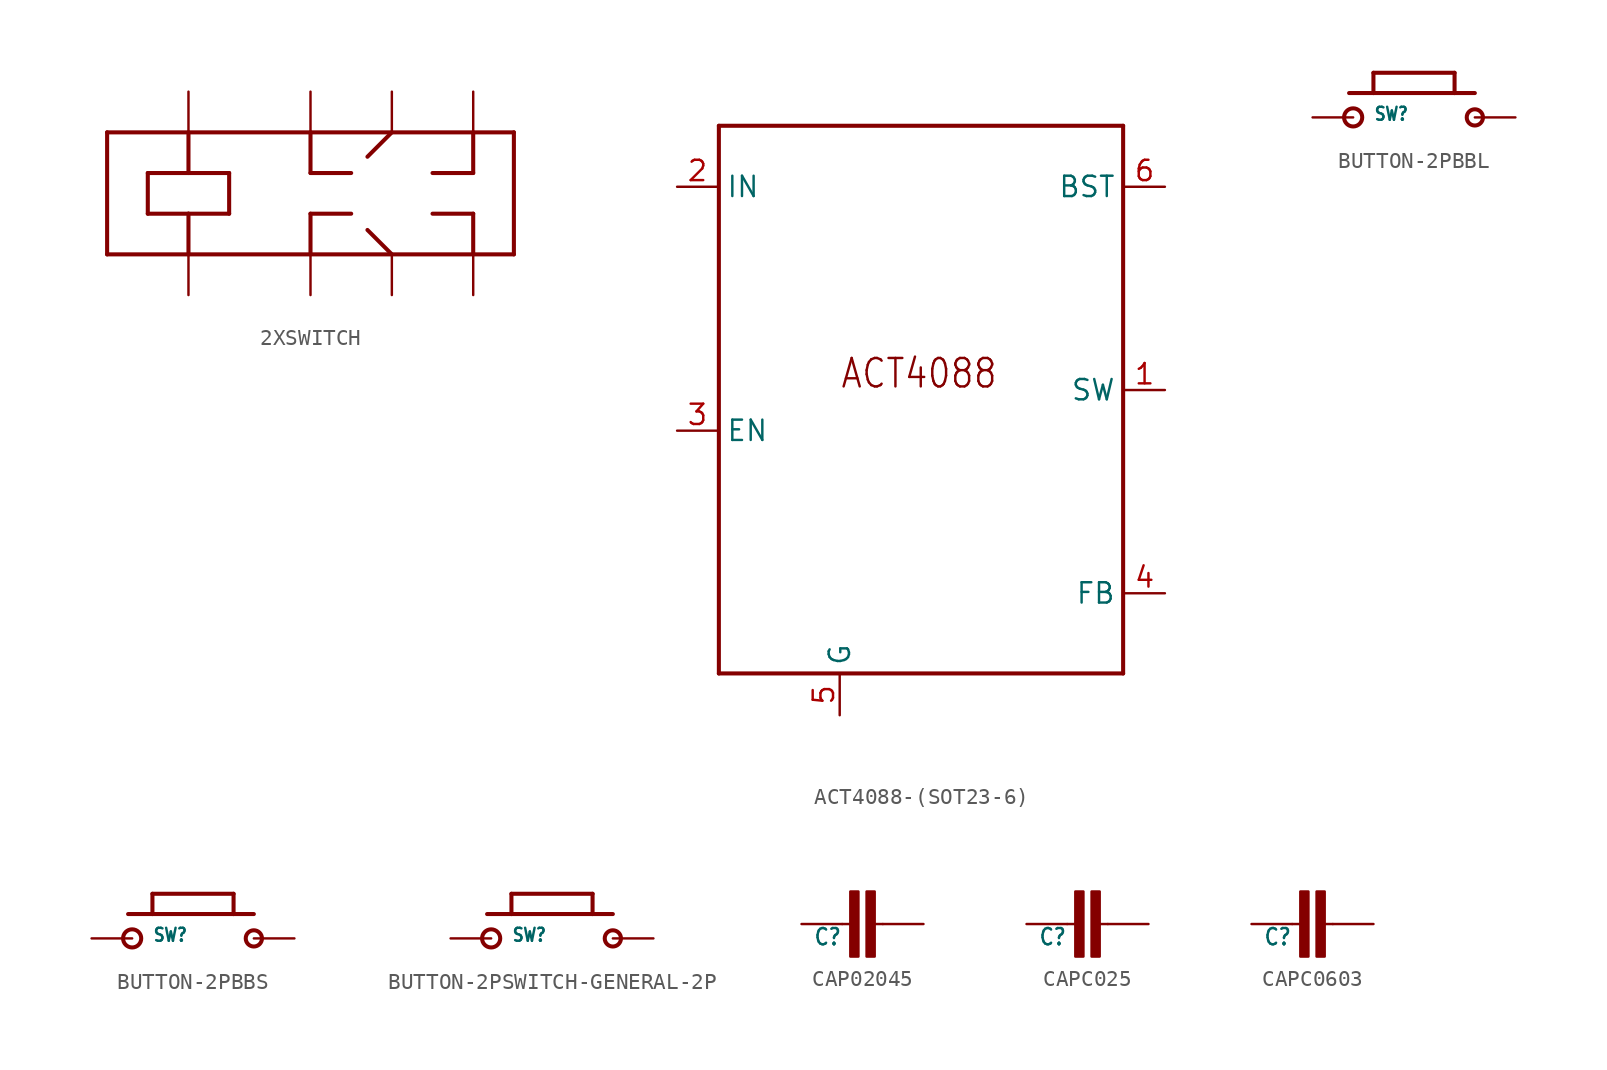
<source format=kicad_sym>
(kicad_symbol_lib
  (version 20231120)
  (generator "kicad_symbol_editor")
  (generator_version "8.0")
  (symbol "2XSWITCH"
    (property "Reference" ""
      (at 0 0 0)
      (effects (font (size 1.27 1.27)) (hide yes)))
    (property "ki_locked" ""
      (at 0 0 0)
      (effects (font (size 1.27 1.27))))
    (symbol "2XSWITCH_1_0"
      (polyline (pts (xy -5.08 2.54) (xy -5.08 10.16)) (stroke (width 0.254) (type solid)) (fill (type none)))
      (polyline (pts (xy -5.08 10.16) (xy 20.32 10.16)) (stroke (width 0.254) (type solid)) (fill (type none)))
      (polyline (pts (xy -2.54 5.08) (xy -2.54 7.62)) (stroke (width 0.254) (type solid)) (fill (type none)))
      (polyline (pts (xy -2.54 7.62) (xy 0 7.62)) (stroke (width 0.254) (type solid)) (fill (type none)))
      (polyline (pts (xy 0 2.54) (xy 0 5.08)) (stroke (width 0.254) (type solid)) (fill (type none)))
      (polyline (pts (xy 0 5.08) (xy -2.54 5.08)) (stroke (width 0.254) (type solid)) (fill (type none)))
      (polyline (pts (xy 0 7.62) (xy 0 10.16)) (stroke (width 0.254) (type solid)) (fill (type none)))
      (polyline (pts (xy 0 7.62) (xy 2.54 7.62)) (stroke (width 0.254) (type solid)) (fill (type none)))
      (polyline (pts (xy 2.54 5.08) (xy 0 5.08)) (stroke (width 0.254) (type solid)) (fill (type none)))
      (polyline (pts (xy 2.54 7.62) (xy 2.54 5.08)) (stroke (width 0.254) (type solid)) (fill (type none)))
      (polyline (pts (xy 7.62 2.54) (xy 7.62 5.08)) (stroke (width 0.254) (type solid)) (fill (type none)))
      (polyline (pts (xy 7.62 5.08) (xy 10.16 5.08)) (stroke (width 0.254) (type solid)) (fill (type none)))
      (polyline (pts (xy 7.62 7.62) (xy 10.16 7.62)) (stroke (width 0.254) (type solid)) (fill (type none)))
      (polyline (pts (xy 7.62 10.16) (xy 7.62 7.62)) (stroke (width 0.254) (type solid)) (fill (type none)))
      (polyline (pts (xy 12.7 2.54) (xy 11.176 4.064)) (stroke (width 0.254) (type solid)) (fill (type none)))
      (polyline (pts (xy 12.7 10.16) (xy 11.176 8.636)) (stroke (width 0.254) (type solid)) (fill (type none)))
      (polyline (pts (xy 17.78 2.54) (xy 17.78 5.08)) (stroke (width 0.254) (type solid)) (fill (type none)))
      (polyline (pts (xy 17.78 5.08) (xy 15.24 5.08)) (stroke (width 0.254) (type solid)) (fill (type none)))
      (polyline (pts (xy 17.78 7.62) (xy 15.24 7.62)) (stroke (width 0.254) (type solid)) (fill (type none)))
      (polyline (pts (xy 17.78 10.16) (xy 17.78 7.62)) (stroke (width 0.254) (type solid)) (fill (type none)))
      (polyline (pts (xy 20.32 2.54) (xy -5.08 2.54)) (stroke (width 0.254) (type solid)) (fill (type none)))
      (polyline (pts (xy 20.32 10.16) (xy 20.32 2.54)) (stroke (width 0.254) (type solid)) (fill (type none)))
      (pin bidirectional line (at 0 12.7 270) (length 5.08) (name "1" (effects (font (size 0 0)))) (number "1" (effects (font (size 0 0)))))
      (pin bidirectional line (at 7.62 12.7 270) (length 5.08) (name "2" (effects (font (size 0 0)))) (number "2" (effects (font (size 0 0)))))
      (pin bidirectional line (at 12.7 12.7 270) (length 2.54) (name "3" (effects (font (size 0 0)))) (number "3" (effects (font (size 0 0)))))
      (pin bidirectional line (at 17.78 12.7 270) (length 5.08) (name "4" (effects (font (size 0 0)))) (number "4" (effects (font (size 0 0)))))
      (pin bidirectional line (at 17.78 0 90) (length 5.08) (name "5" (effects (font (size 0 0)))) (number "5" (effects (font (size 0 0)))))
      (pin bidirectional line (at 12.7 0 90) (length 2.54) (name "6" (effects (font (size 0 0)))) (number "6" (effects (font (size 0 0)))))
      (pin bidirectional line (at 7.62 0 90) (length 5.08) (name "7" (effects (font (size 0 0)))) (number "7" (effects (font (size 0 0)))))
      (pin bidirectional line (at 0 0 90) (length 5.08) (name "8" (effects (font (size 0 0)))) (number "8" (effects (font (size 0 0)))))))
  (symbol "ACT4088-(SOT23-6)"
    (property "Reference" "U"
      (at -6.35 20.32 0)
      (effects (font (size 1.27 1.079)) (justify left bottom) (hide yes)))
    (property "ki_locked" ""
      (at 0 0 0)
      (effects (font (size 1.27 1.27))))
    (symbol "ACT4088-(SOT23-6)_1_0"
      (polyline (pts (xy -7.55 -15.17) (xy -7.55 19.05)) (stroke (width 0.254) (type solid)) (fill (type none)))
      (polyline (pts (xy -7.55 19.05) (xy 17.71 19.05)) (stroke (width 0.254) (type solid)) (fill (type none)))
      (polyline (pts (xy 17.71 -15.17) (xy -7.55 -15.17)) (stroke (width 0.254) (type solid)) (fill (type none)))
      (polyline (pts (xy 17.71 19.05) (xy 17.71 -15.17)) (stroke (width 0.254) (type solid)) (fill (type none)))
      (text "ACT4088" (at 0 2.54 0) (effects (font (size 1.778 1.511)) (justify left bottom)))
      (pin input line (at 20.32 2.54 180) (length 2.54) (name "SW" (effects (font (size 1.27 1.27)))) (number "1" (effects (font (size 1.27 1.27)))))
      (pin input line (at -10.16 15.24 0) (length 2.54) (name "IN" (effects (font (size 1.27 1.27)))) (number "2" (effects (font (size 1.27 1.27)))))
      (pin input line (at -10.16 0 0) (length 2.54) (name "EN" (effects (font (size 1.27 1.27)))) (number "3" (effects (font (size 1.27 1.27)))))
      (pin power_in line (at 20.32 -10.16 180) (length 2.54) (name "FB" (effects (font (size 1.27 1.27)))) (number "4" (effects (font (size 1.27 1.27)))))
      (pin input line (at 0 -17.78 90) (length 2.54) (name "G" (effects (font (size 1.27 1.27)))) (number "5" (effects (font (size 1.27 1.27)))))
      (pin output line (at 20.32 15.24 180) (length 2.54) (name "BST" (effects (font (size 1.27 1.27)))) (number "6" (effects (font (size 1.27 1.27)))))))
  (symbol "BUTTON-2PBBL"
    (property "Reference" "SW"
      (at -1.27 -0.254 0)
      (effects (font (size 0.813 0.691)) (justify left bottom)))
    (property "Value" ""
      (at -1.27 -1.27 0)
      (effects (font (size 0.813 0.691)) (justify left bottom)))
    (property "ki_locked" ""
      (at 0 0 0)
      (effects (font (size 1.27 1.27))))
    (symbol "BUTTON-2PBBL_1_0"
      (circle (center -2.54 0) (radius 0.568) (stroke (width 0.254) (type solid)) (fill (type none)))
      (polyline (pts (xy -2.794 1.524) (xy -1.27 1.524)) (stroke (width 0.254) (type solid)) (fill (type none)))
      (polyline (pts (xy -1.27 1.524) (xy -1.27 2.794)) (stroke (width 0.254) (type solid)) (fill (type none)))
      (polyline (pts (xy -1.27 1.524) (xy 3.81 1.524)) (stroke (width 0.254) (type solid)) (fill (type none)))
      (polyline (pts (xy -1.27 2.794) (xy 3.81 2.794)) (stroke (width 0.254) (type solid)) (fill (type none)))
      (polyline (pts (xy 3.81 1.524) (xy 5.08 1.524)) (stroke (width 0.254) (type solid)) (fill (type none)))
      (polyline (pts (xy 3.81 2.794) (xy 3.81 1.524)) (stroke (width 0.254) (type solid)) (fill (type none)))
      (circle (center 5.08 0) (radius 0.508) (stroke (width 0.254) (type solid)) (fill (type none)))
      (pin bidirectional line (at -5.08 0 0) (length 2.54) (name "P$1" (effects (font (size 0 0)))) (number "1" (effects (font (size 0 0)))))
      (pin bidirectional line (at 7.62 0 180) (length 2.54) (name "P$2" (effects (font (size 0 0)))) (number "2" (effects (font (size 0 0)))))))
  (symbol "BUTTON-2PBBS"
    (property "Reference" "SW"
      (at -1.27 -0.254 0)
      (effects (font (size 0.813 0.691)) (justify left bottom)))
    (property "Value" ""
      (at -1.27 -1.27 0)
      (effects (font (size 0.813 0.691)) (justify left bottom)))
    (property "ki_locked" ""
      (at 0 0 0)
      (effects (font (size 1.27 1.27))))
    (symbol "BUTTON-2PBBS_1_0"
      (circle (center -2.54 0) (radius 0.568) (stroke (width 0.254) (type solid)) (fill (type none)))
      (polyline (pts (xy -2.794 1.524) (xy -1.27 1.524)) (stroke (width 0.254) (type solid)) (fill (type none)))
      (polyline (pts (xy -1.27 1.524) (xy -1.27 2.794)) (stroke (width 0.254) (type solid)) (fill (type none)))
      (polyline (pts (xy -1.27 1.524) (xy 3.81 1.524)) (stroke (width 0.254) (type solid)) (fill (type none)))
      (polyline (pts (xy -1.27 2.794) (xy 3.81 2.794)) (stroke (width 0.254) (type solid)) (fill (type none)))
      (polyline (pts (xy 3.81 1.524) (xy 5.08 1.524)) (stroke (width 0.254) (type solid)) (fill (type none)))
      (polyline (pts (xy 3.81 2.794) (xy 3.81 1.524)) (stroke (width 0.254) (type solid)) (fill (type none)))
      (circle (center 5.08 0) (radius 0.508) (stroke (width 0.254) (type solid)) (fill (type none)))
      (pin bidirectional line (at -5.08 0 0) (length 2.54) (name "P$1" (effects (font (size 0 0)))) (number "C1" (effects (font (size 0 0)))))
      (pin bidirectional line (at 7.62 0 180) (length 2.54) (name "P$2" (effects (font (size 0 0)))) (number "C2" (effects (font (size 0 0)))))))
  (symbol "BUTTON-2PSWITCH-GENERAL-2P"
    (property "Reference" "SW"
      (at -1.27 -0.254 0)
      (effects (font (size 0.813 0.691)) (justify left bottom)))
    (property "Value" ""
      (at -1.27 -1.27 0)
      (effects (font (size 0.813 0.691)) (justify left bottom)))
    (property "ki_locked" ""
      (at 0 0 0)
      (effects (font (size 1.27 1.27))))
    (symbol "BUTTON-2PSWITCH-GENERAL-2P_1_0"
      (circle (center -2.54 0) (radius 0.568) (stroke (width 0.254) (type solid)) (fill (type none)))
      (polyline (pts (xy -2.794 1.524) (xy -1.27 1.524)) (stroke (width 0.254) (type solid)) (fill (type none)))
      (polyline (pts (xy -1.27 1.524) (xy -1.27 2.794)) (stroke (width 0.254) (type solid)) (fill (type none)))
      (polyline (pts (xy -1.27 1.524) (xy 3.81 1.524)) (stroke (width 0.254) (type solid)) (fill (type none)))
      (polyline (pts (xy -1.27 2.794) (xy 3.81 2.794)) (stroke (width 0.254) (type solid)) (fill (type none)))
      (polyline (pts (xy 3.81 1.524) (xy 5.08 1.524)) (stroke (width 0.254) (type solid)) (fill (type none)))
      (polyline (pts (xy 3.81 2.794) (xy 3.81 1.524)) (stroke (width 0.254) (type solid)) (fill (type none)))
      (circle (center 5.08 0) (radius 0.508) (stroke (width 0.254) (type solid)) (fill (type none)))
      (pin bidirectional line (at -5.08 0 0) (length 2.54) (name "P$1" (effects (font (size 0 0)))) (number "P$1" (effects (font (size 0 0)))))
      (pin bidirectional line (at 7.62 0 180) (length 2.54) (name "P$2" (effects (font (size 0 0)))) (number "P$2" (effects (font (size 0 0)))))))
  (symbol "CAP02045"
    (property "Reference" "C"
      (at -2.54 -1.397 0)
      (effects (font (size 1.016 0.864)) (justify right bottom)))
    (property "Value" ""
      (at 0 -1.397 0)
      (effects (font (size 1.016 0.864)) (justify left bottom)))
    (property "ki_locked" ""
      (at 0 0 0)
      (effects (font (size 1.27 1.27))))
    (symbol "CAP02045_1_0"
      (rectangle (start -2.032 2.032) (end -1.524 -2.032) (stroke (width 0) (type default)) (fill (type outline)))
      (rectangle (start -1.016 2.032) (end -0.508 -2.032) (stroke (width 0) (type default)) (fill (type outline)))
      (polyline (pts (xy -2.54 0) (xy -2.032 0)) (stroke (width 0.152) (type solid)) (fill (type none)))
      (polyline (pts (xy 0 0) (xy -0.508 0)) (stroke (width 0.152) (type solid)) (fill (type none)))
      (pin passive line (at -5.08 0 0) (length 2.54) (name "1" (effects (font (size 0 0)))) (number "1" (effects (font (size 0 0)))))
      (pin passive line (at 2.54 0 180) (length 2.54) (name "2" (effects (font (size 0 0)))) (number "2" (effects (font (size 0 0)))))))
  (symbol "CAPC025"
    (property "Reference" "C"
      (at -2.54 -1.397 0)
      (effects (font (size 1.016 0.864)) (justify right bottom)))
    (property "Value" ""
      (at 0 -1.397 0)
      (effects (font (size 1.016 0.864)) (justify left bottom)))
    (property "ki_locked" ""
      (at 0 0 0)
      (effects (font (size 1.27 1.27))))
    (symbol "CAPC025_1_0"
      (rectangle (start -2.032 2.032) (end -1.524 -2.032) (stroke (width 0) (type default)) (fill (type outline)))
      (rectangle (start -1.016 2.032) (end -0.508 -2.032) (stroke (width 0) (type default)) (fill (type outline)))
      (polyline (pts (xy -2.54 0) (xy -2.032 0)) (stroke (width 0.152) (type solid)) (fill (type none)))
      (polyline (pts (xy 0 0) (xy -0.508 0)) (stroke (width 0.152) (type solid)) (fill (type none)))
      (pin passive line (at -5.08 0 0) (length 2.54) (name "1" (effects (font (size 0 0)))) (number "1" (effects (font (size 0 0)))))
      (pin passive line (at 2.54 0 180) (length 2.54) (name "2" (effects (font (size 0 0)))) (number "2" (effects (font (size 0 0)))))))
  (symbol "CAPC0603"
    (property "Reference" "C"
      (at -2.54 -1.397 0)
      (effects (font (size 1.016 0.864)) (justify right bottom)))
    (property "Value" ""
      (at 0 -1.397 0)
      (effects (font (size 1.016 0.864)) (justify left bottom)))
    (property "ki_locked" ""
      (at 0 0 0)
      (effects (font (size 1.27 1.27))))
    (symbol "CAPC0603_1_0"
      (rectangle (start -2.032 2.032) (end -1.524 -2.032) (stroke (width 0) (type default)) (fill (type outline)))
      (rectangle (start -1.016 2.032) (end -0.508 -2.032) (stroke (width 0) (type default)) (fill (type outline)))
      (polyline (pts (xy -2.54 0) (xy -2.032 0)) (stroke (width 0.152) (type solid)) (fill (type none)))
      (polyline (pts (xy 0 0) (xy -0.508 0)) (stroke (width 0.152) (type solid)) (fill (type none)))
      (pin passive line (at -5.08 0 0) (length 2.54) (name "1" (effects (font (size 0 0)))) (number "1" (effects (font (size 0 0)))))
      (pin passive line (at 2.54 0 180) (length 2.54) (name "2" (effects (font (size 0 0)))) (number "2" (effects (font (size 0 0))))))))
</source>
